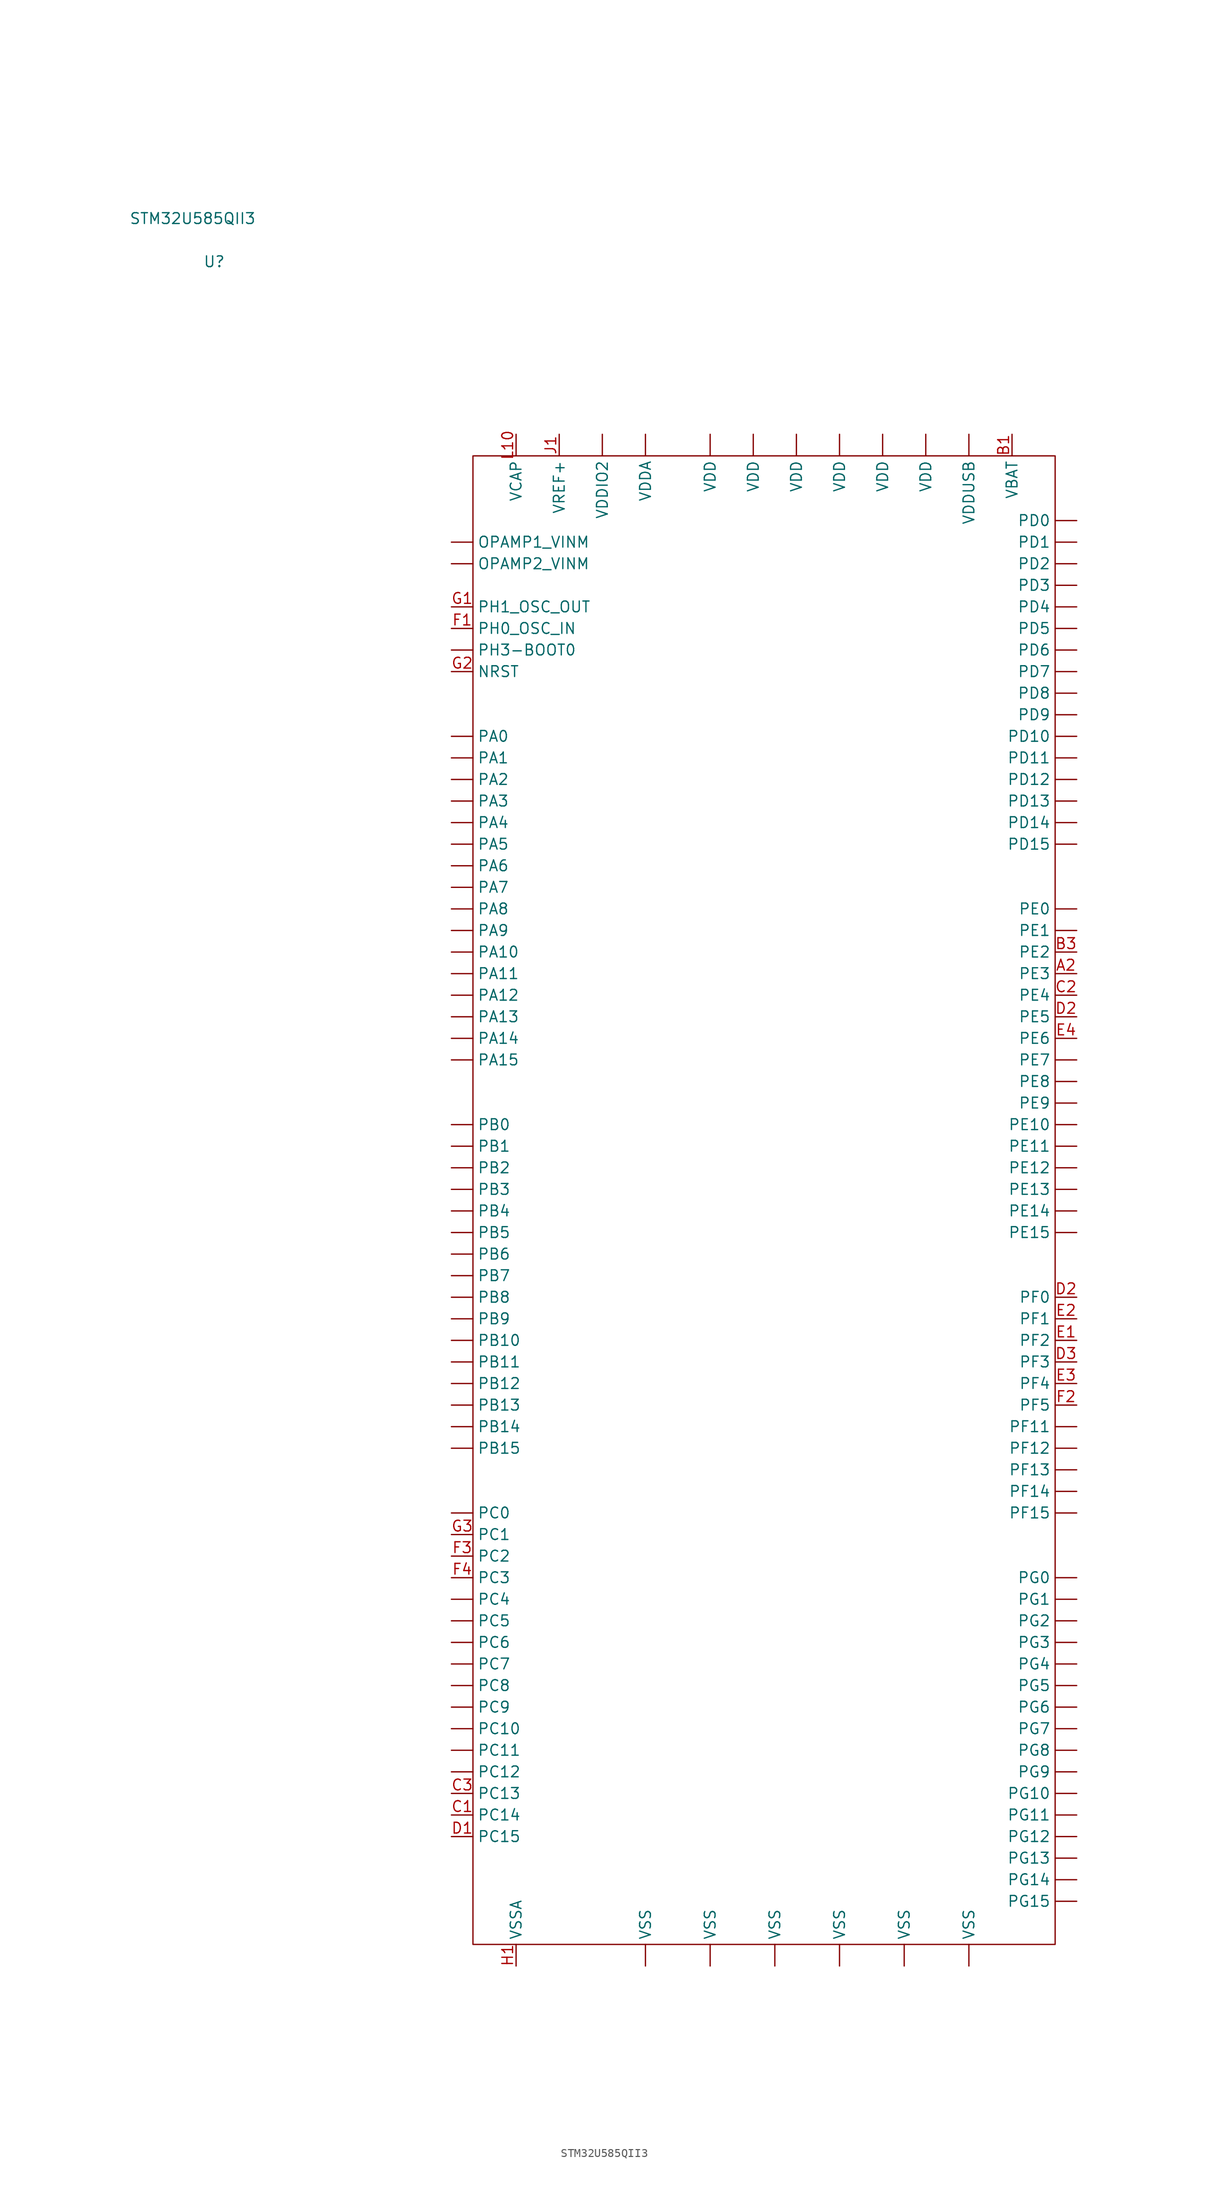
<source format=kicad_sym>
(kicad_symbol_lib
  (version 20211014)
  (generator kicad_symbol_editor)
  (symbol "STM32U585QII3"
    (property "Reference" "U"
      (at -66.04 124.46 0)
      (effects (font (size 1.27 1.27))))
    (property "Value" "STM32U585QII3"
      (at -68.58 129.54 0)
      (effects (font (size 1.27 1.27))))
    (symbol "STM32U585QII3_0_0"
      (pin input line (at -38.1 91.44 0) (length 2.54) (name "OPAMP1_VINM" (effects (font (size 1.27 1.27)))) (number "" (effects (font (size 1.27 1.27)))))
      (pin input line (at -38.1 88.9 0) (length 2.54) (name "OPAMP2_VINM" (effects (font (size 1.27 1.27)))) (number "" (effects (font (size 1.27 1.27)))))
      (pin bidirectional line (at -38.1 68.58 0) (length 2.54) (name "PA0" (effects (font (size 1.27 1.27)))) (number "" (effects (font (size 1.27 1.27)))))
      (pin bidirectional line (at -38.1 66.04 0) (length 2.54) (name "PA1" (effects (font (size 1.27 1.27)))) (number "" (effects (font (size 1.27 1.27)))))
      (pin bidirectional line (at -38.1 43.18 0) (length 2.54) (name "PA10" (effects (font (size 1.27 1.27)))) (number "" (effects (font (size 1.27 1.27)))))
      (pin bidirectional line (at -38.1 40.64 0) (length 2.54) (name "PA11" (effects (font (size 1.27 1.27)))) (number "" (effects (font (size 1.27 1.27)))))
      (pin bidirectional line (at -38.1 38.1 0) (length 2.54) (name "PA12" (effects (font (size 1.27 1.27)))) (number "" (effects (font (size 1.27 1.27)))))
      (pin bidirectional line (at -38.1 35.56 0) (length 2.54) (name "PA13" (effects (font (size 1.27 1.27)))) (number "" (effects (font (size 1.27 1.27)))))
      (pin bidirectional line (at -38.1 33.02 0) (length 2.54) (name "PA14" (effects (font (size 1.27 1.27)))) (number "" (effects (font (size 1.27 1.27)))))
      (pin bidirectional line (at -38.1 30.48 0) (length 2.54) (name "PA15" (effects (font (size 1.27 1.27)))) (number "" (effects (font (size 1.27 1.27)))))
      (pin bidirectional line (at -38.1 63.5 0) (length 2.54) (name "PA2" (effects (font (size 1.27 1.27)))) (number "" (effects (font (size 1.27 1.27)))))
      (pin bidirectional line (at -38.1 60.96 0) (length 2.54) (name "PA3" (effects (font (size 1.27 1.27)))) (number "" (effects (font (size 1.27 1.27)))))
      (pin bidirectional line (at -38.1 58.42 0) (length 2.54) (name "PA4" (effects (font (size 1.27 1.27)))) (number "" (effects (font (size 1.27 1.27)))))
      (pin bidirectional line (at -38.1 55.88 0) (length 2.54) (name "PA5" (effects (font (size 1.27 1.27)))) (number "" (effects (font (size 1.27 1.27)))))
      (pin bidirectional line (at -38.1 53.34 0) (length 2.54) (name "PA6" (effects (font (size 1.27 1.27)))) (number "" (effects (font (size 1.27 1.27)))))
      (pin bidirectional line (at -38.1 50.8 0) (length 2.54) (name "PA7" (effects (font (size 1.27 1.27)))) (number "" (effects (font (size 1.27 1.27)))))
      (pin bidirectional line (at -38.1 48.26 0) (length 2.54) (name "PA8" (effects (font (size 1.27 1.27)))) (number "" (effects (font (size 1.27 1.27)))))
      (pin bidirectional line (at -38.1 45.72 0) (length 2.54) (name "PA9" (effects (font (size 1.27 1.27)))) (number "" (effects (font (size 1.27 1.27)))))
      (pin bidirectional line (at -38.1 22.86 0) (length 2.54) (name "PB0" (effects (font (size 1.27 1.27)))) (number "" (effects (font (size 1.27 1.27)))))
      (pin bidirectional line (at -38.1 20.32 0) (length 2.54) (name "PB1" (effects (font (size 1.27 1.27)))) (number "" (effects (font (size 1.27 1.27)))))
      (pin bidirectional line (at -38.1 -2.54 0) (length 2.54) (name "PB10" (effects (font (size 1.27 1.27)))) (number "" (effects (font (size 1.27 1.27)))))
      (pin bidirectional line (at -38.1 -5.08 0) (length 2.54) (name "PB11" (effects (font (size 1.27 1.27)))) (number "" (effects (font (size 1.27 1.27)))))
      (pin bidirectional line (at -38.1 -7.62 0) (length 2.54) (name "PB12" (effects (font (size 1.27 1.27)))) (number "" (effects (font (size 1.27 1.27)))))
      (pin bidirectional line (at -38.1 -10.16 0) (length 2.54) (name "PB13" (effects (font (size 1.27 1.27)))) (number "" (effects (font (size 1.27 1.27)))))
      (pin bidirectional line (at -38.1 -12.7 0) (length 2.54) (name "PB14" (effects (font (size 1.27 1.27)))) (number "" (effects (font (size 1.27 1.27)))))
      (pin bidirectional line (at -38.1 -15.24 0) (length 2.54) (name "PB15" (effects (font (size 1.27 1.27)))) (number "" (effects (font (size 1.27 1.27)))))
      (pin bidirectional line (at -38.1 17.78 0) (length 2.54) (name "PB2" (effects (font (size 1.27 1.27)))) (number "" (effects (font (size 1.27 1.27)))))
      (pin bidirectional line (at -38.1 15.24 0) (length 2.54) (name "PB3" (effects (font (size 1.27 1.27)))) (number "" (effects (font (size 1.27 1.27)))))
      (pin bidirectional line (at -38.1 12.7 0) (length 2.54) (name "PB4" (effects (font (size 1.27 1.27)))) (number "" (effects (font (size 1.27 1.27)))))
      (pin bidirectional line (at -38.1 10.16 0) (length 2.54) (name "PB5" (effects (font (size 1.27 1.27)))) (number "" (effects (font (size 1.27 1.27)))))
      (pin bidirectional line (at -38.1 7.62 0) (length 2.54) (name "PB6" (effects (font (size 1.27 1.27)))) (number "" (effects (font (size 1.27 1.27)))))
      (pin bidirectional line (at -38.1 5.08 0) (length 2.54) (name "PB7" (effects (font (size 1.27 1.27)))) (number "" (effects (font (size 1.27 1.27)))))
      (pin bidirectional line (at -38.1 2.54 0) (length 2.54) (name "PB8" (effects (font (size 1.27 1.27)))) (number "" (effects (font (size 1.27 1.27)))))
      (pin bidirectional line (at -38.1 0 0) (length 2.54) (name "PB9" (effects (font (size 1.27 1.27)))) (number "" (effects (font (size 1.27 1.27)))))
      (pin bidirectional line (at -38.1 -22.86 0) (length 2.54) (name "PC0" (effects (font (size 1.27 1.27)))) (number "" (effects (font (size 1.27 1.27)))))
      (pin bidirectional line (at -38.1 -48.26 0) (length 2.54) (name "PC10" (effects (font (size 1.27 1.27)))) (number "" (effects (font (size 1.27 1.27)))))
      (pin bidirectional line (at -38.1 -50.8 0) (length 2.54) (name "PC11" (effects (font (size 1.27 1.27)))) (number "" (effects (font (size 1.27 1.27)))))
      (pin bidirectional line (at -38.1 -53.34 0) (length 2.54) (name "PC12" (effects (font (size 1.27 1.27)))) (number "" (effects (font (size 1.27 1.27)))))
      (pin bidirectional line (at -38.1 -33.02 0) (length 2.54) (name "PC4" (effects (font (size 1.27 1.27)))) (number "" (effects (font (size 1.27 1.27)))))
      (pin bidirectional line (at -38.1 -35.56 0) (length 2.54) (name "PC5" (effects (font (size 1.27 1.27)))) (number "" (effects (font (size 1.27 1.27)))))
      (pin bidirectional line (at -38.1 -38.1 0) (length 2.54) (name "PC6" (effects (font (size 1.27 1.27)))) (number "" (effects (font (size 1.27 1.27)))))
      (pin bidirectional line (at -38.1 -40.64 0) (length 2.54) (name "PC7" (effects (font (size 1.27 1.27)))) (number "" (effects (font (size 1.27 1.27)))))
      (pin bidirectional line (at -38.1 -43.18 0) (length 2.54) (name "PC8" (effects (font (size 1.27 1.27)))) (number "" (effects (font (size 1.27 1.27)))))
      (pin bidirectional line (at -38.1 -45.72 0) (length 2.54) (name "PC9" (effects (font (size 1.27 1.27)))) (number "" (effects (font (size 1.27 1.27)))))
      (pin bidirectional line (at 35.56 93.98 180) (length 2.54) (name "PD0" (effects (font (size 1.27 1.27)))) (number "" (effects (font (size 1.27 1.27)))))
      (pin bidirectional line (at 35.56 91.44 180) (length 2.54) (name "PD1" (effects (font (size 1.27 1.27)))) (number "" (effects (font (size 1.27 1.27)))))
      (pin bidirectional line (at 35.56 68.58 180) (length 2.54) (name "PD10" (effects (font (size 1.27 1.27)))) (number "" (effects (font (size 1.27 1.27)))))
      (pin bidirectional line (at 35.56 66.04 180) (length 2.54) (name "PD11" (effects (font (size 1.27 1.27)))) (number "" (effects (font (size 1.27 1.27)))))
      (pin bidirectional line (at 35.56 63.5 180) (length 2.54) (name "PD12" (effects (font (size 1.27 1.27)))) (number "" (effects (font (size 1.27 1.27)))))
      (pin bidirectional line (at 35.56 60.96 180) (length 2.54) (name "PD13" (effects (font (size 1.27 1.27)))) (number "" (effects (font (size 1.27 1.27)))))
      (pin bidirectional line (at 35.56 58.42 180) (length 2.54) (name "PD14" (effects (font (size 1.27 1.27)))) (number "" (effects (font (size 1.27 1.27)))))
      (pin bidirectional line (at 35.56 55.88 180) (length 2.54) (name "PD15" (effects (font (size 1.27 1.27)))) (number "" (effects (font (size 1.27 1.27)))))
      (pin bidirectional line (at 35.56 88.9 180) (length 2.54) (name "PD2" (effects (font (size 1.27 1.27)))) (number "" (effects (font (size 1.27 1.27)))))
      (pin bidirectional line (at 35.56 86.36 180) (length 2.54) (name "PD3" (effects (font (size 1.27 1.27)))) (number "" (effects (font (size 1.27 1.27)))))
      (pin bidirectional line (at 35.56 83.82 180) (length 2.54) (name "PD4" (effects (font (size 1.27 1.27)))) (number "" (effects (font (size 1.27 1.27)))))
      (pin bidirectional line (at 35.56 81.28 180) (length 2.54) (name "PD5" (effects (font (size 1.27 1.27)))) (number "" (effects (font (size 1.27 1.27)))))
      (pin bidirectional line (at 35.56 78.74 180) (length 2.54) (name "PD6" (effects (font (size 1.27 1.27)))) (number "" (effects (font (size 1.27 1.27)))))
      (pin bidirectional line (at 35.56 76.2 180) (length 2.54) (name "PD7" (effects (font (size 1.27 1.27)))) (number "" (effects (font (size 1.27 1.27)))))
      (pin bidirectional line (at 35.56 73.66 180) (length 2.54) (name "PD8" (effects (font (size 1.27 1.27)))) (number "" (effects (font (size 1.27 1.27)))))
      (pin bidirectional line (at 35.56 71.12 180) (length 2.54) (name "PD9" (effects (font (size 1.27 1.27)))) (number "" (effects (font (size 1.27 1.27)))))
      (pin bidirectional line (at 35.56 48.26 180) (length 2.54) (name "PE0" (effects (font (size 1.27 1.27)))) (number "" (effects (font (size 1.27 1.27)))))
      (pin bidirectional line (at 35.56 45.72 180) (length 2.54) (name "PE1" (effects (font (size 1.27 1.27)))) (number "" (effects (font (size 1.27 1.27)))))
      (pin bidirectional line (at 35.56 22.86 180) (length 2.54) (name "PE10" (effects (font (size 1.27 1.27)))) (number "" (effects (font (size 1.27 1.27)))))
      (pin bidirectional line (at 35.56 20.32 180) (length 2.54) (name "PE11" (effects (font (size 1.27 1.27)))) (number "" (effects (font (size 1.27 1.27)))))
      (pin bidirectional line (at 35.56 17.78 180) (length 2.54) (name "PE12" (effects (font (size 1.27 1.27)))) (number "" (effects (font (size 1.27 1.27)))))
      (pin bidirectional line (at 35.56 15.24 180) (length 2.54) (name "PE13" (effects (font (size 1.27 1.27)))) (number "" (effects (font (size 1.27 1.27)))))
      (pin bidirectional line (at 35.56 12.7 180) (length 2.54) (name "PE14" (effects (font (size 1.27 1.27)))) (number "" (effects (font (size 1.27 1.27)))))
      (pin bidirectional line (at 35.56 10.16 180) (length 2.54) (name "PE15" (effects (font (size 1.27 1.27)))) (number "" (effects (font (size 1.27 1.27)))))
      (pin bidirectional line (at 35.56 30.48 180) (length 2.54) (name "PE7" (effects (font (size 1.27 1.27)))) (number "" (effects (font (size 1.27 1.27)))))
      (pin bidirectional line (at 35.56 27.94 180) (length 2.54) (name "PE8" (effects (font (size 1.27 1.27)))) (number "" (effects (font (size 1.27 1.27)))))
      (pin bidirectional line (at 35.56 25.4 180) (length 2.54) (name "PE9" (effects (font (size 1.27 1.27)))) (number "" (effects (font (size 1.27 1.27)))))
      (pin bidirectional line (at 35.56 -12.7 180) (length 2.54) (name "PF11" (effects (font (size 1.27 1.27)))) (number "" (effects (font (size 1.27 1.27)))))
      (pin bidirectional line (at 35.56 -15.24 180) (length 2.54) (name "PF12" (effects (font (size 1.27 1.27)))) (number "" (effects (font (size 1.27 1.27)))))
      (pin bidirectional line (at 35.56 -17.78 180) (length 2.54) (name "PF13" (effects (font (size 1.27 1.27)))) (number "" (effects (font (size 1.27 1.27)))))
      (pin bidirectional line (at 35.56 -20.32 180) (length 2.54) (name "PF14" (effects (font (size 1.27 1.27)))) (number "" (effects (font (size 1.27 1.27)))))
      (pin bidirectional line (at 35.56 -22.86 180) (length 2.54) (name "PF15" (effects (font (size 1.27 1.27)))) (number "" (effects (font (size 1.27 1.27)))))
      (pin bidirectional line (at 35.56 -30.48 180) (length 2.54) (name "PG0" (effects (font (size 1.27 1.27)))) (number "" (effects (font (size 1.27 1.27)))))
      (pin bidirectional line (at 35.56 -33.02 180) (length 2.54) (name "PG1" (effects (font (size 1.27 1.27)))) (number "" (effects (font (size 1.27 1.27)))))
      (pin bidirectional line (at 35.56 -55.88 180) (length 2.54) (name "PG10" (effects (font (size 1.27 1.27)))) (number "" (effects (font (size 1.27 1.27)))))
      (pin bidirectional line (at 35.56 -58.42 180) (length 2.54) (name "PG11" (effects (font (size 1.27 1.27)))) (number "" (effects (font (size 1.27 1.27)))))
      (pin bidirectional line (at 35.56 -60.96 180) (length 2.54) (name "PG12" (effects (font (size 1.27 1.27)))) (number "" (effects (font (size 1.27 1.27)))))
      (pin bidirectional line (at 35.56 -63.5 180) (length 2.54) (name "PG13" (effects (font (size 1.27 1.27)))) (number "" (effects (font (size 1.27 1.27)))))
      (pin bidirectional line (at 35.56 -66.04 180) (length 2.54) (name "PG14" (effects (font (size 1.27 1.27)))) (number "" (effects (font (size 1.27 1.27)))))
      (pin bidirectional line (at 35.56 -68.58 180) (length 2.54) (name "PG15" (effects (font (size 1.27 1.27)))) (number "" (effects (font (size 1.27 1.27)))))
      (pin bidirectional line (at 35.56 -35.56 180) (length 2.54) (name "PG2" (effects (font (size 1.27 1.27)))) (number "" (effects (font (size 1.27 1.27)))))
      (pin bidirectional line (at 35.56 -38.1 180) (length 2.54) (name "PG3" (effects (font (size 1.27 1.27)))) (number "" (effects (font (size 1.27 1.27)))))
      (pin bidirectional line (at 35.56 -40.64 180) (length 2.54) (name "PG4" (effects (font (size 1.27 1.27)))) (number "" (effects (font (size 1.27 1.27)))))
      (pin bidirectional line (at 35.56 -43.18 180) (length 2.54) (name "PG5" (effects (font (size 1.27 1.27)))) (number "" (effects (font (size 1.27 1.27)))))
      (pin bidirectional line (at 35.56 -45.72 180) (length 2.54) (name "PG6" (effects (font (size 1.27 1.27)))) (number "" (effects (font (size 1.27 1.27)))))
      (pin bidirectional line (at 35.56 -48.26 180) (length 2.54) (name "PG7" (effects (font (size 1.27 1.27)))) (number "" (effects (font (size 1.27 1.27)))))
      (pin bidirectional line (at 35.56 -50.8 180) (length 2.54) (name "PG8" (effects (font (size 1.27 1.27)))) (number "" (effects (font (size 1.27 1.27)))))
      (pin bidirectional line (at 35.56 -53.34 180) (length 2.54) (name "PG9" (effects (font (size 1.27 1.27)))) (number "" (effects (font (size 1.27 1.27)))))
      (pin bidirectional line (at -38.1 78.74 0) (length 2.54) (name "PH3-BOOT0" (effects (font (size 1.27 1.27)))) (number "" (effects (font (size 1.27 1.27)))))
      (pin power_in line (at -7.62 104.14 270) (length 2.54) (name "VDD" (effects (font (size 1.27 1.27)))) (number "" (effects (font (size 1.27 1.27)))))
      (pin power_in line (at -2.54 104.14 270) (length 2.54) (name "VDD" (effects (font (size 1.27 1.27)))) (number "" (effects (font (size 1.27 1.27)))))
      (pin power_in line (at 2.54 104.14 270) (length 2.54) (name "VDD" (effects (font (size 1.27 1.27)))) (number "" (effects (font (size 1.27 1.27)))))
      (pin power_in line (at 7.62 104.14 270) (length 2.54) (name "VDD" (effects (font (size 1.27 1.27)))) (number "" (effects (font (size 1.27 1.27)))))
      (pin power_in line (at 12.7 104.14 270) (length 2.54) (name "VDD" (effects (font (size 1.27 1.27)))) (number "" (effects (font (size 1.27 1.27)))))
      (pin power_in line (at -15.24 104.14 270) (length 2.54) (name "VDDA" (effects (font (size 1.27 1.27)))) (number "" (effects (font (size 1.27 1.27)))))
      (pin power_in line (at -20.32 104.14 270) (length 2.54) (name "VDDIO2" (effects (font (size 1.27 1.27)))) (number "" (effects (font (size 1.27 1.27)))))
      (pin power_in line (at 22.86 104.14 270) (length 2.54) (name "VDDUSB" (effects (font (size 1.27 1.27)))) (number "" (effects (font (size 1.27 1.27)))))
      (pin power_out line (at -15.24 -76.2 90) (length 2.54) (name "VSS" (effects (font (size 1.27 1.27)))) (number "" (effects (font (size 1.27 1.27)))))
      (pin power_out line (at -7.62 -76.2 90) (length 2.54) (name "VSS" (effects (font (size 1.27 1.27)))) (number "" (effects (font (size 1.27 1.27)))))
      (pin power_out line (at 0 -76.2 90) (length 2.54) (name "VSS" (effects (font (size 1.27 1.27)))) (number "" (effects (font (size 1.27 1.27)))))
      (pin power_out line (at 7.62 -76.2 90) (length 2.54) (name "VSS" (effects (font (size 1.27 1.27)))) (number "" (effects (font (size 1.27 1.27)))))
      (pin power_out line (at 15.24 -76.2 90) (length 2.54) (name "VSS" (effects (font (size 1.27 1.27)))) (number "" (effects (font (size 1.27 1.27)))))
      (pin bidirectional line (at 35.56 2.54 180) (length 2.54) (name "PF0" (effects (font (size 1.27 1.27)))) (number "D2" (effects (font (size 1.27 1.27)))))
      (pin bidirectional line (at -38.1 -27.94 0) (length 2.54) (name "PC2" (effects (font (size 1.27 1.27)))) (number "F3" (effects (font (size 1.27 1.27)))))
      (pin bidirectional line (at -38.1 -30.48 0) (length 2.54) (name "PC3" (effects (font (size 1.27 1.27)))) (number "F4" (effects (font (size 1.27 1.27)))))
      (pin bidirectional line (at -38.1 76.2 0) (length 2.54) (name "NRST" (effects (font (size 1.27 1.27)))) (number "G2" (effects (font (size 1.27 1.27)))))
      (pin bidirectional line (at -38.1 -25.4 0) (length 2.54) (name "PC1" (effects (font (size 1.27 1.27)))) (number "G3" (effects (font (size 1.27 1.27)))))
      (pin power_out line (at -30.48 -76.2 90) (length 2.54) (name "VSSA" (effects (font (size 1.27 1.27)))) (number "H1" (effects (font (size 1.27 1.27)))))
      (pin power_in line (at -25.4 104.14 270) (length 2.54) (name "VREF+" (effects (font (size 1.27 1.27)))) (number "J1" (effects (font (size 1.27 1.27)))))
      (pin power_in line (at -30.48 104.14 270) (length 2.54) (name "VCAP" (effects (font (size 1.27 1.27)))) (number "L10" (effects (font (size 1.27 1.27))))))
    (symbol "STM32U585QII3_0_1"
      (rectangle (start -35.56 101.6) (end 33.02 -73.66) (stroke (width 0) (type default) (color 0 0 0 0)) (fill (type none))))
    (symbol "STM32U585QII3_1_1"
      (pin power_in line (at 17.78 104.14 270) (length 2.54) (name "VDD" (effects (font (size 1.27 1.27)))) (number "" (effects (font (size 1.27 1.27)))))
      (pin power_out line (at 22.86 -76.2 90) (length 2.54) (name "VSS" (effects (font (size 1.27 1.27)))) (number "" (effects (font (size 1.27 1.27)))))
      (pin bidirectional line (at 35.56 40.64 180) (length 2.54) (name "PE3" (effects (font (size 1.27 1.27)))) (number "A2" (effects (font (size 1.27 1.27)))))
      (pin power_in line (at 27.94 104.14 270) (length 2.54) (name "VBAT" (effects (font (size 1.27 1.27)))) (number "B1" (effects (font (size 1.27 1.27)))))
      (pin bidirectional line (at 35.56 43.18 180) (length 2.54) (name "PE2" (effects (font (size 1.27 1.27)))) (number "B3" (effects (font (size 1.27 1.27)))))
      (pin bidirectional line (at -38.1 -58.42 0) (length 2.54) (name "PC14" (effects (font (size 1.27 1.27)))) (number "C1" (effects (font (size 1.27 1.27)))))
      (pin bidirectional line (at 35.56 38.1 180) (length 2.54) (name "PE4" (effects (font (size 1.27 1.27)))) (number "C2" (effects (font (size 1.27 1.27)))))
      (pin bidirectional line (at -38.1 -55.88 0) (length 2.54) (name "PC13" (effects (font (size 1.27 1.27)))) (number "C3" (effects (font (size 1.27 1.27)))))
      (pin bidirectional line (at -38.1 -60.96 0) (length 2.54) (name "PC15" (effects (font (size 1.27 1.27)))) (number "D1" (effects (font (size 1.27 1.27)))))
      (pin bidirectional line (at 35.56 35.56 180) (length 2.54) (name "PE5" (effects (font (size 1.27 1.27)))) (number "D2" (effects (font (size 1.27 1.27)))))
      (pin bidirectional line (at 35.56 -5.08 180) (length 2.54) (name "PF3" (effects (font (size 1.27 1.27)))) (number "D3" (effects (font (size 1.27 1.27)))))
      (pin bidirectional line (at 35.56 -2.54 180) (length 2.54) (name "PF2" (effects (font (size 1.27 1.27)))) (number "E1" (effects (font (size 1.27 1.27)))))
      (pin bidirectional line (at 35.56 0 180) (length 2.54) (name "PF1" (effects (font (size 1.27 1.27)))) (number "E2" (effects (font (size 1.27 1.27)))))
      (pin bidirectional line (at 35.56 -7.62 180) (length 2.54) (name "PF4" (effects (font (size 1.27 1.27)))) (number "E3" (effects (font (size 1.27 1.27)))))
      (pin bidirectional line (at 35.56 33.02 180) (length 2.54) (name "PE6" (effects (font (size 1.27 1.27)))) (number "E4" (effects (font (size 1.27 1.27)))))
      (pin bidirectional line (at -38.1 81.28 0) (length 2.54) (name "PH0_OSC_IN" (effects (font (size 1.27 1.27)))) (number "F1" (effects (font (size 1.27 1.27)))))
      (pin bidirectional line (at 35.56 -10.16 180) (length 2.54) (name "PF5" (effects (font (size 1.27 1.27)))) (number "F2" (effects (font (size 1.27 1.27)))))
      (pin bidirectional line (at -38.1 83.82 0) (length 2.54) (name "PH1_OSC_OUT" (effects (font (size 1.27 1.27)))) (number "G1" (effects (font (size 1.27 1.27))))))))
</source>
